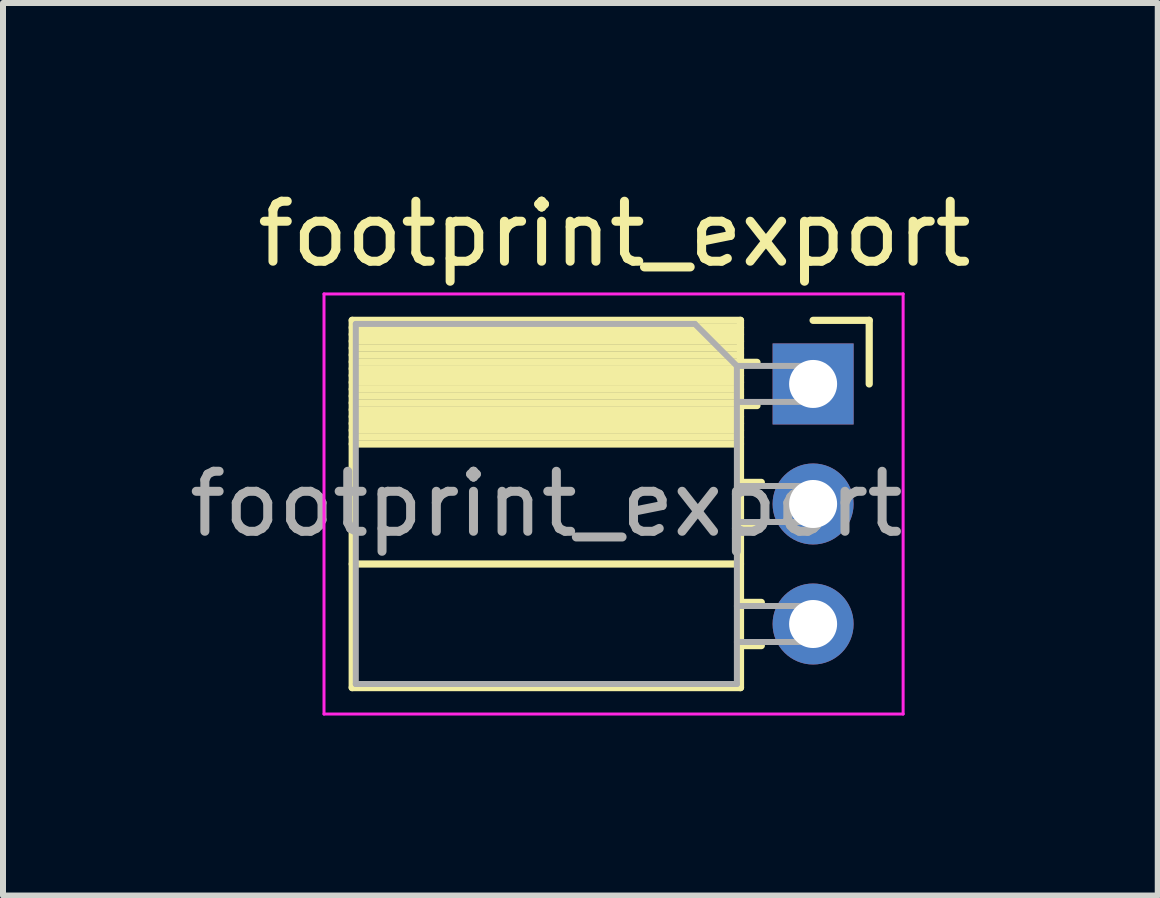
<source format=kicad_pcb>
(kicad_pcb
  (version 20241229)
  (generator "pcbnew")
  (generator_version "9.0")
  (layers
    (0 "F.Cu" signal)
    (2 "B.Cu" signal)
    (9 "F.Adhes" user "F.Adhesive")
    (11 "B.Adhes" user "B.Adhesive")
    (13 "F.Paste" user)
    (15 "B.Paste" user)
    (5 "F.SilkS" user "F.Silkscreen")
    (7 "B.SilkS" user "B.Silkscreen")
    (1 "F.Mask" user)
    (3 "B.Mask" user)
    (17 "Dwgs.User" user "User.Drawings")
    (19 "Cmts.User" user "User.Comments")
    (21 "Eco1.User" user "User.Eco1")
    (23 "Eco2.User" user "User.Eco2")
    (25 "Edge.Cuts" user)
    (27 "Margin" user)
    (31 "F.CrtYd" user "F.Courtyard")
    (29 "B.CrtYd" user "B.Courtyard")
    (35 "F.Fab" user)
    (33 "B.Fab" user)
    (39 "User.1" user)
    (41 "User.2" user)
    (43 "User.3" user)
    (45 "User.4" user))
  (footprint "footprint_export"
    (layer "F.Cu")
    (at 10.499 3.348)
    (property "Reference" "footprint_export" (at -3.31 -2.5 0) (layer "F.SilkS") (effects (font (size 1 1) (thickness 0.15))))
    (attr through_hole)
    (fp_line (start -7.68 -1.06) (end -7.68 5.06) (stroke (width 0.12) (type solid)) (layer "F.SilkS"))
    (fp_line (start -7.68 -1.06) (end -1.21 -1.06) (stroke (width 0.12) (type solid)) (layer "F.SilkS"))
    (fp_line (start -7.68 -0.94) (end -1.21 -0.94) (stroke (width 0.12) (type solid)) (layer "F.SilkS"))
    (fp_line (start -7.68 -0.826) (end -1.21 -0.826) (stroke (width 0.12) (type solid)) (layer "F.SilkS"))
    (fp_line (start -7.68 -0.712) (end -1.21 -0.712) (stroke (width 0.12) (type solid)) (layer "F.SilkS"))
    (fp_line (start -7.68 -0.598) (end -1.21 -0.598) (stroke (width 0.12) (type solid)) (layer "F.SilkS"))
    (fp_line (start -7.68 -0.484) (end -1.21 -0.484) (stroke (width 0.12) (type solid)) (layer "F.SilkS"))
    (fp_line (start -7.68 -0.369) (end -1.21 -0.369) (stroke (width 0.12) (type solid)) (layer "F.SilkS"))
    (fp_line (start -7.68 -0.255) (end -1.21 -0.255) (stroke (width 0.12) (type solid)) (layer "F.SilkS"))
    (fp_line (start -7.68 -0.141) (end -1.21 -0.141) (stroke (width 0.12) (type solid)) (layer "F.SilkS"))
    (fp_line (start -7.68 -0.027) (end -1.21 -0.027) (stroke (width 0.12) (type solid)) (layer "F.SilkS"))
    (fp_line (start -7.68 0.087) (end -1.21 0.087) (stroke (width 0.12) (type solid)) (layer "F.SilkS"))
    (fp_line (start -7.68 0.201) (end -1.21 0.201) (stroke (width 0.12) (type solid)) (layer "F.SilkS"))
    (fp_line (start -7.68 0.315) (end -1.21 0.315) (stroke (width 0.12) (type solid)) (layer "F.SilkS"))
    (fp_line (start -7.68 0.429) (end -1.21 0.429) (stroke (width 0.12) (type solid)) (layer "F.SilkS"))
    (fp_line (start -7.68 0.544) (end -1.21 0.544) (stroke (width 0.12) (type solid)) (layer "F.SilkS"))
    (fp_line (start -7.68 0.658) (end -1.21 0.658) (stroke (width 0.12) (type solid)) (layer "F.SilkS"))
    (fp_line (start -7.68 0.772) (end -1.21 0.772) (stroke (width 0.12) (type solid)) (layer "F.SilkS"))
    (fp_line (start -7.68 0.886) (end -1.21 0.886) (stroke (width 0.12) (type solid)) (layer "F.SilkS"))
    (fp_line (start -7.68 1) (end -1.21 1) (stroke (width 0.12) (type solid)) (layer "F.SilkS"))
    (fp_line (start -7.68 3) (end -1.21 3) (stroke (width 0.12) (type solid)) (layer "F.SilkS"))
    (fp_line (start -7.68 5.06) (end -1.21 5.06) (stroke (width 0.12) (type solid)) (layer "F.SilkS"))
    (fp_line (start -1.21 -1.06) (end -1.21 5.06) (stroke (width 0.12) (type solid)) (layer "F.SilkS"))
    (fp_line (start -1.21 -0.36) (end -0.935 -0.36) (stroke (width 0.12) (type solid)) (layer "F.SilkS"))
    (fp_line (start -1.21 0.36) (end -0.935 0.36) (stroke (width 0.12) (type solid)) (layer "F.SilkS"))
    (fp_line (start -1.21 1.64) (end -0.863 1.64) (stroke (width 0.12) (type solid)) (layer "F.SilkS"))
    (fp_line (start -1.21 2.36) (end -0.863 2.36) (stroke (width 0.12) (type solid)) (layer "F.SilkS"))
    (fp_line (start -1.21 3.64) (end -0.863 3.64) (stroke (width 0.12) (type solid)) (layer "F.SilkS"))
    (fp_line (start -1.21 4.36) (end -0.863 4.36) (stroke (width 0.12) (type solid)) (layer "F.SilkS"))
    (fp_line (start 0 -1.06) (end 0.935 -1.06) (stroke (width 0.12) (type solid)) (layer "F.SilkS"))
    (fp_line (start 0.935 -1.06) (end 0.935 0) (stroke (width 0.12) (type solid)) (layer "F.SilkS"))
    (fp_line (start -8.15 -1.5) (end -8.15 5.5) (stroke (width 0.05) (type solid)) (layer "F.CrtYd"))
    (fp_line (start -8.15 5.5) (end 1.5 5.5) (stroke (width 0.05) (type solid)) (layer "F.CrtYd"))
    (fp_line (start 1.5 -1.5) (end -8.15 -1.5) (stroke (width 0.05) (type solid)) (layer "F.CrtYd"))
    (fp_line (start 1.5 5.5) (end 1.5 -1.5) (stroke (width 0.05) (type solid)) (layer "F.CrtYd"))
    (fp_line (start -7.62 -1) (end -1.97 -1) (stroke (width 0.1) (type solid)) (layer "F.Fab"))
    (fp_line (start -7.62 5) (end -7.62 -1) (stroke (width 0.1) (type solid)) (layer "F.Fab"))
    (fp_line (start -1.97 -1) (end -1.27 -0.3) (stroke (width 0.1) (type solid)) (layer "F.Fab"))
    (fp_line (start -1.27 -0.3) (end -1.27 5) (stroke (width 0.1) (type solid)) (layer "F.Fab"))
    (fp_line (start -1.27 0.3) (end 0 0.3) (stroke (width 0.1) (type solid)) (layer "F.Fab"))
    (fp_line (start -1.27 2.3) (end 0 2.3) (stroke (width 0.1) (type solid)) (layer "F.Fab"))
    (fp_line (start -1.27 4.3) (end 0 4.3) (stroke (width 0.1) (type solid)) (layer "F.Fab"))
    (fp_line (start -1.27 5) (end -7.62 5) (stroke (width 0.1) (type solid)) (layer "F.Fab"))
    (fp_line (start 0 -0.3) (end -1.27 -0.3) (stroke (width 0.1) (type solid)) (layer "F.Fab"))
    (fp_line (start 0 0.3) (end 0 -0.3) (stroke (width 0.1) (type solid)) (layer "F.Fab"))
    (fp_line (start 0 1.7) (end -1.27 1.7) (stroke (width 0.1) (type solid)) (layer "F.Fab"))
    (fp_line (start 0 2.3) (end 0 1.7) (stroke (width 0.1) (type solid)) (layer "F.Fab"))
    (fp_line (start 0 3.7) (end -1.27 3.7) (stroke (width 0.1) (type solid)) (layer "F.Fab"))
    (fp_line (start 0 4.3) (end 0 3.7) (stroke (width 0.1) (type solid)) (layer "F.Fab"))
    (fp_text user "${REFERENCE}" (at -4.445 2 0) (layer "F.Fab") (effects (font (size 1 1) (thickness 0.15))))
    (pad "1" thru_hole rect (at 0 0) (size 1.35 1.35) (drill 0.8) (layers "*.Cu" "*.Mask"))
    (pad "2" thru_hole oval (at 0 2) (size 1.35 1.35) (drill 0.8) (layers "*.Cu" "*.Mask"))
    (pad "3" thru_hole oval (at 0 4) (size 1.35 1.35) (drill 0.8) (layers "*.Cu" "*.Mask")))
  (gr_rect
    (start -3 -3)
    (end 16.242 11.873)
    (stroke (width 0.1) (type default))
    (fill no)
    (layer "Edge.Cuts")))
</source>
